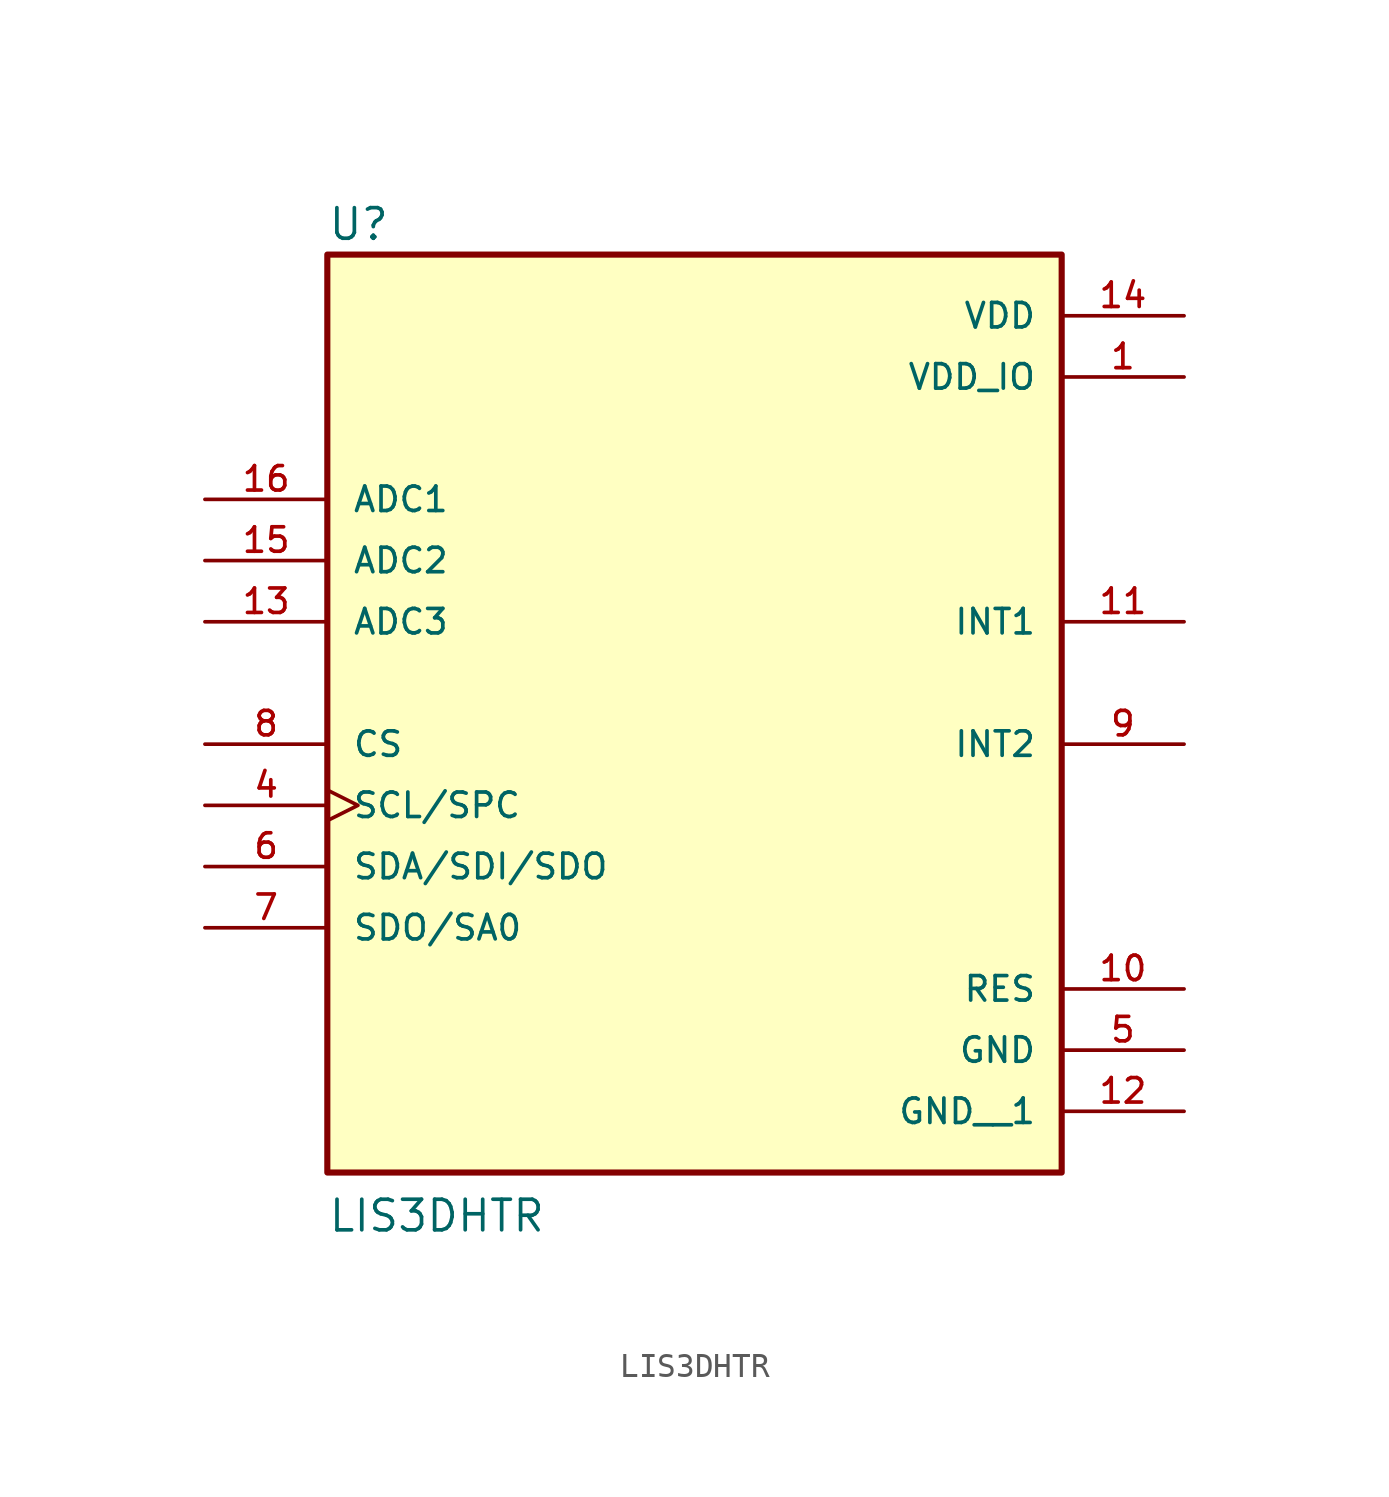
<source format=kicad_sym>
(kicad_symbol_lib
  (version 20211014)
  (generator kicad_symbol_editor)
  (symbol "LIS3DHTR"
    (pin_names
      (offset 1.016))
    (property "Reference" "U"
      (at -15.246 18.294 0)
      (effects (font (size 1.27 1.27)) (justify bottom left)))
    (property "Value" "LIS3DHTR"
      (at -15.241 -22.861 0)
      (effects (font (size 1.27 1.27)) (justify bottom left)))
    (symbol "LIS3DHTR_0_0"
      (rectangle (start -15.24 -20.32) (end 15.24 17.78) (stroke (width 0.254)) (fill (type background)))
      (pin power_in line (at 20.32 12.7 180.0) (length 5.08) (name "VDD_IO" (effects (font (size 1.016 1.016)))) (number "1" (effects (font (size 1.016 1.016)))))
      (pin input clock (at -20.32 -5.08 0) (length 5.08) (name "SCL/SPC" (effects (font (size 1.016 1.016)))) (number "4" (effects (font (size 1.016 1.016)))))
      (pin power_in line (at 20.32 -15.24 180.0) (length 5.08) (name "GND" (effects (font (size 1.016 1.016)))) (number "5" (effects (font (size 1.016 1.016)))))
      (pin bidirectional line (at -20.32 -7.62 0) (length 5.08) (name "SDA/SDI/SDO" (effects (font (size 1.016 1.016)))) (number "6" (effects (font (size 1.016 1.016)))))
      (pin bidirectional line (at -20.32 -10.16 0) (length 5.08) (name "SDO/SA0" (effects (font (size 1.016 1.016)))) (number "7" (effects (font (size 1.016 1.016)))))
      (pin input line (at -20.32 -2.54 0) (length 5.08) (name "CS" (effects (font (size 1.016 1.016)))) (number "8" (effects (font (size 1.016 1.016)))))
      (pin output line (at 20.32 -2.54 180.0) (length 5.08) (name "INT2" (effects (font (size 1.016 1.016)))) (number "9" (effects (font (size 1.016 1.016)))))
      (pin passive line (at 20.32 -12.7 180.0) (length 5.08) (name "RES" (effects (font (size 1.016 1.016)))) (number "10" (effects (font (size 1.016 1.016)))))
      (pin output line (at 20.32 2.54 180.0) (length 5.08) (name "INT1" (effects (font (size 1.016 1.016)))) (number "11" (effects (font (size 1.016 1.016)))))
      (pin input line (at -20.32 2.54 0) (length 5.08) (name "ADC3" (effects (font (size 1.016 1.016)))) (number "13" (effects (font (size 1.016 1.016)))))
      (pin power_in line (at 20.32 15.24 180.0) (length 5.08) (name "VDD" (effects (font (size 1.016 1.016)))) (number "14" (effects (font (size 1.016 1.016)))))
      (pin input line (at -20.32 5.08 0) (length 5.08) (name "ADC2" (effects (font (size 1.016 1.016)))) (number "15" (effects (font (size 1.016 1.016)))))
      (pin input line (at -20.32 7.62 0) (length 5.08) (name "ADC1" (effects (font (size 1.016 1.016)))) (number "16" (effects (font (size 1.016 1.016)))))
      (pin power_in line (at 20.32 -17.78 180.0) (length 5.08) (name "GND__1" (effects (font (size 1.016 1.016)))) (number "12" (effects (font (size 1.016 1.016))))))))
</source>
